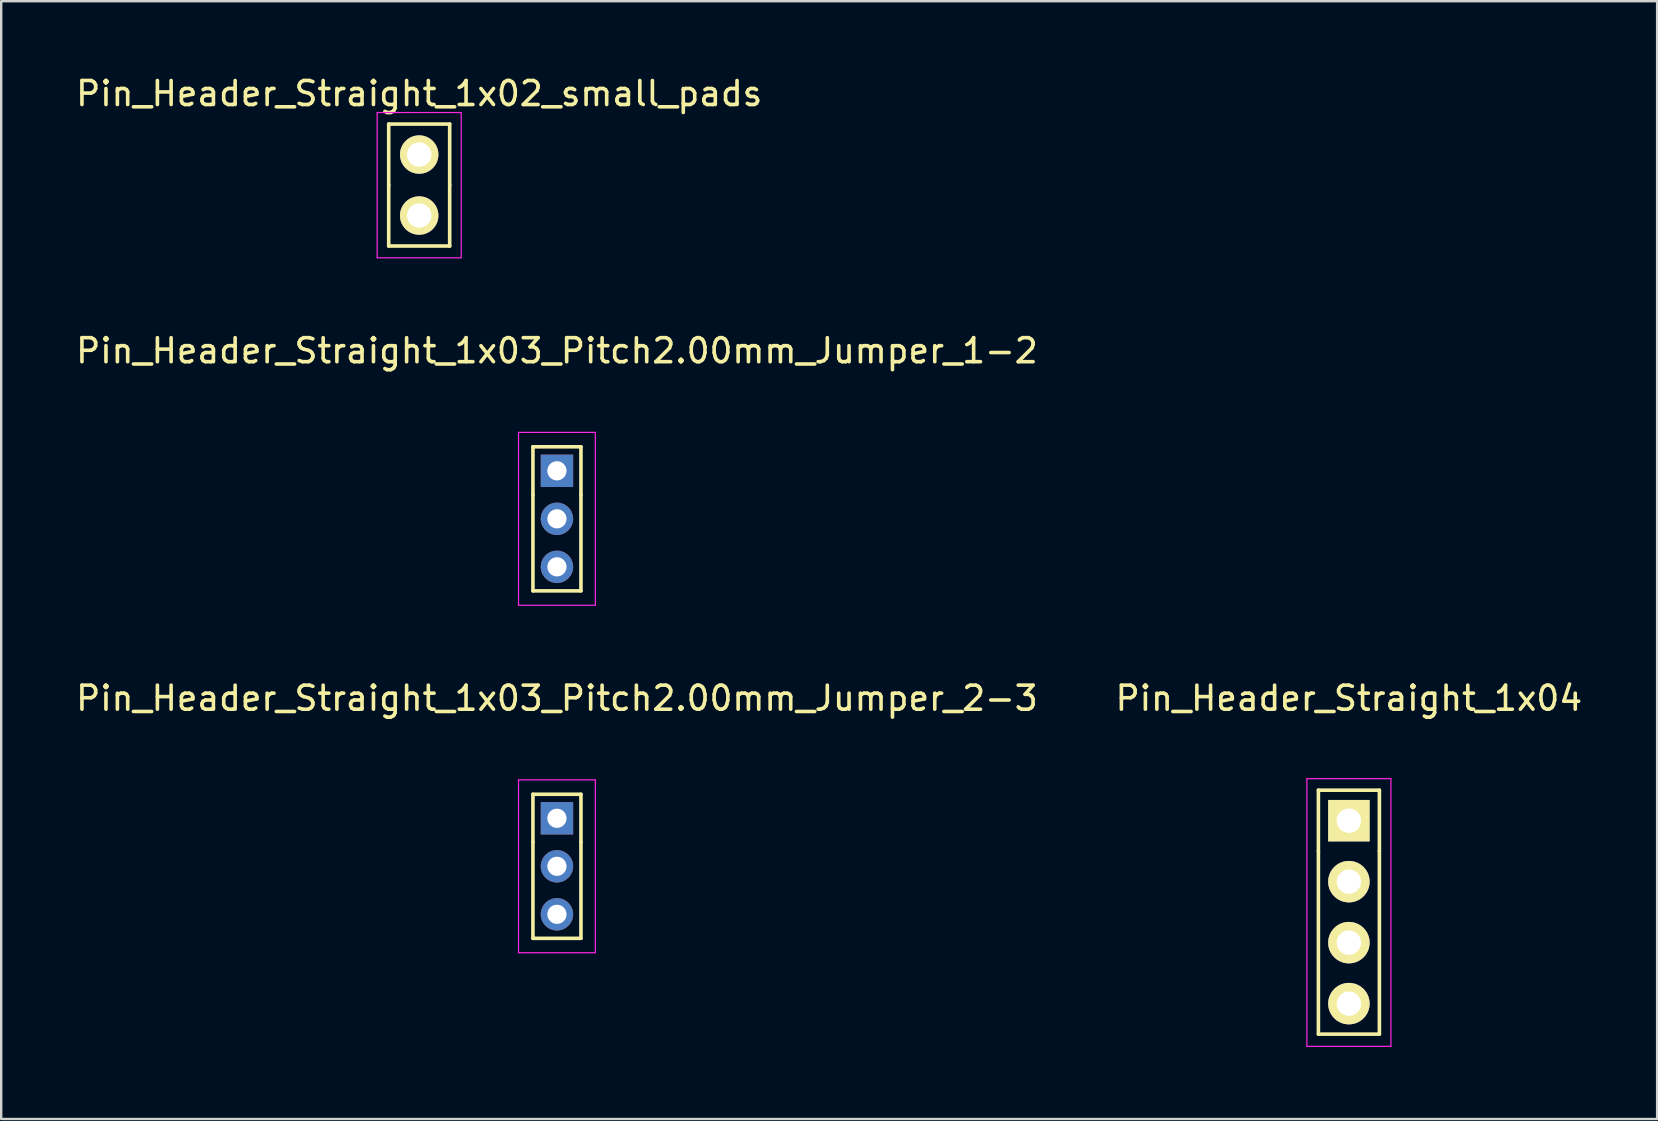
<source format=kicad_pcb>
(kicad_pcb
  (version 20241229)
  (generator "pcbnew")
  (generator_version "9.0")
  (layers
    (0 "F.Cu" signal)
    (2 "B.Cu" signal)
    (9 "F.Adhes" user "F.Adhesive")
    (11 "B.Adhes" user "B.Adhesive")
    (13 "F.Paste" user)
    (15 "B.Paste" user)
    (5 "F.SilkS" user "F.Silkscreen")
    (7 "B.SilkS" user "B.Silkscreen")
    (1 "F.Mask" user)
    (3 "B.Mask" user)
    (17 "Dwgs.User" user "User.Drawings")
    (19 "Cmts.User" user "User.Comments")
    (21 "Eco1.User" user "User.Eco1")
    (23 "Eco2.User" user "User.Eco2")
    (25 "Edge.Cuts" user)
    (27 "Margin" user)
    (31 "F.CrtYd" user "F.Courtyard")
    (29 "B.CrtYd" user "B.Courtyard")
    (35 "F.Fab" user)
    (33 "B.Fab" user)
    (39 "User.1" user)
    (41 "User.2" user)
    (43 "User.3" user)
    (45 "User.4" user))
  (footprint "Pin_Header_Straight_1x03_Pitch2.00mm_Jumper_1-2"
    (layer "F.Cu")
    (at 20.149 16.561)
    (property "Reference" "Pin_Header_Straight_1x03_Pitch2.00mm_Jumper_1-2" (at 0 -5 0) (layer "F.SilkS") (effects (font (size 1 1) (thickness 0.15))))
    (attr through_hole)
    (fp_line (start -1 -1) (end 1 -1) (stroke (width 0.15) (type solid)) (layer "F.SilkS"))
    (fp_line (start -1 1) (end -1 -1) (stroke (width 0.15) (type solid)) (layer "F.SilkS"))
    (fp_line (start -1 5) (end -1 1) (stroke (width 0.15) (type solid)) (layer "F.SilkS"))
    (fp_line (start 1 -1) (end 1 1) (stroke (width 0.15) (type solid)) (layer "F.SilkS"))
    (fp_line (start 1 1) (end 1 5) (stroke (width 0.15) (type solid)) (layer "F.SilkS"))
    (fp_line (start 1 5) (end -1 5) (stroke (width 0.15) (type solid)) (layer "F.SilkS"))
    (fp_line (start -1.6 -1.6) (end 1.6 -1.6) (stroke (width 0.05) (type solid)) (layer "F.CrtYd"))
    (fp_line (start -1.6 5.6) (end -1.6 -1.6) (stroke (width 0.05) (type solid)) (layer "F.CrtYd"))
    (fp_line (start 1.6 -1.6) (end 1.6 5.6) (stroke (width 0.05) (type solid)) (layer "F.CrtYd"))
    (fp_line (start 1.6 5.6) (end -1.6 5.6) (stroke (width 0.05) (type solid)) (layer "F.CrtYd"))
    (pad "1" thru_hole rect (at 0 0) (size 1.35 1.35) (drill 0.8) (layers "*.Cu" "*.Mask"))
    (pad "2" thru_hole circle (at 0 2) (size 1.35 1.35) (drill 0.8) (layers "*.Cu" "*.Mask"))
    (pad "3" thru_hole circle (at 0 4) (size 1.35 1.35) (drill 0.8) (layers "*.Cu" "*.Mask")))
  (footprint "Pin_Header_Straight_1x03_Pitch2.00mm_Jumper_2-3"
    (layer "F.Cu")
    (at 20.149 31.035)
    (property "Reference" "Pin_Header_Straight_1x03_Pitch2.00mm_Jumper_2-3" (at 0 -5 0) (layer "F.SilkS") (effects (font (size 1 1) (thickness 0.15))))
    (attr through_hole)
    (fp_line (start -1 -1) (end 1 -1) (stroke (width 0.15) (type solid)) (layer "F.SilkS"))
    (fp_line (start -1 1) (end -1 -1) (stroke (width 0.15) (type solid)) (layer "F.SilkS"))
    (fp_line (start -1 5) (end -1 1) (stroke (width 0.15) (type solid)) (layer "F.SilkS"))
    (fp_line (start 1 -1) (end 1 1) (stroke (width 0.15) (type solid)) (layer "F.SilkS"))
    (fp_line (start 1 1) (end 1 5) (stroke (width 0.15) (type solid)) (layer "F.SilkS"))
    (fp_line (start 1 5) (end -1 5) (stroke (width 0.15) (type solid)) (layer "F.SilkS"))
    (fp_line (start -1.6 -1.6) (end 1.6 -1.6) (stroke (width 0.05) (type solid)) (layer "F.CrtYd"))
    (fp_line (start -1.6 5.6) (end -1.6 -1.6) (stroke (width 0.05) (type solid)) (layer "F.CrtYd"))
    (fp_line (start 1.6 -1.6) (end 1.6 5.6) (stroke (width 0.05) (type solid)) (layer "F.CrtYd"))
    (fp_line (start 1.6 5.6) (end -1.6 5.6) (stroke (width 0.05) (type solid)) (layer "F.CrtYd"))
    (pad "1" thru_hole rect (at 0 0) (size 1.35 1.35) (drill 0.8) (layers "*.Cu" "*.Mask"))
    (pad "2" thru_hole circle (at 0 2) (size 1.35 1.35) (drill 0.8) (layers "*.Cu" "*.Mask"))
    (pad "3" thru_hole circle (at 0 4) (size 1.35 1.35) (drill 0.8) (layers "*.Cu" "*.Mask")))
  (footprint "Pin_Header_Straight_1x02_small_pads"
    (layer "F.Cu")
    (at 14.411 3.388)
    (property "Reference" "Pin_Header_Straight_1x02_small_pads" (at 0 -2.54 180) (layer "F.SilkS") (effects (font (size 1 1) (thickness 0.15))))
    (attr through_hole)
    (fp_line (start -1.27 -1.27) (end 1.27 -1.27) (stroke (width 0.15) (type solid)) (layer "F.SilkS"))
    (fp_line (start -1.27 1.27) (end -1.27 -1.27) (stroke (width 0.15) (type solid)) (layer "F.SilkS"))
    (fp_line (start -1.27 1.27) (end -1.27 3.81) (stroke (width 0.15) (type solid)) (layer "F.SilkS"))
    (fp_line (start -1.27 3.81) (end 1.27 3.81) (stroke (width 0.15) (type solid)) (layer "F.SilkS"))
    (fp_line (start 1.27 -1.27) (end 1.27 1.27) (stroke (width 0.15) (type solid)) (layer "F.SilkS"))
    (fp_line (start 1.27 1.27) (end 1.27 3.81) (stroke (width 0.15) (type solid)) (layer "F.SilkS"))
    (fp_line (start -1.75 -1.75) (end -1.75 4.3) (stroke (width 0.05) (type solid)) (layer "F.CrtYd"))
    (fp_line (start -1.75 -1.75) (end 1.75 -1.75) (stroke (width 0.05) (type solid)) (layer "F.CrtYd"))
    (fp_line (start -1.75 4.3) (end 1.75 4.3) (stroke (width 0.05) (type solid)) (layer "F.CrtYd"))
    (fp_line (start 1.75 -1.75) (end 1.75 4.3) (stroke (width 0.05) (type solid)) (layer "F.CrtYd"))
    (pad "1" thru_hole circle (at 0 0) (size 1.6 1.6) (drill 1.016) (layers "*.Cu" "*.Mask" "F.SilkS"))
    (pad "2" thru_hole circle (at 0 2.54) (size 1.6 1.6) (drill 1.016) (layers "*.Cu" "*.Mask" "F.SilkS")))
  (footprint "Pin_Header_Straight_1x04"
    (layer "F.Cu")
    (at 53.137 31.135)
    (property "Reference" "Pin_Header_Straight_1x04" (at 0 -5.1 0) (layer "F.SilkS") (effects (font (size 1 1) (thickness 0.15))))
    (attr through_hole)
    (fp_line (start -1.27 -1.27) (end 1.27 -1.27) (stroke (width 0.15) (type solid)) (layer "F.SilkS"))
    (fp_line (start -1.27 1.27) (end -1.27 -1.27) (stroke (width 0.15) (type solid)) (layer "F.SilkS"))
    (fp_line (start -1.27 1.27) (end -1.27 8.89) (stroke (width 0.15) (type solid)) (layer "F.SilkS"))
    (fp_line (start -1.27 8.89) (end 1.27 8.89) (stroke (width 0.15) (type solid)) (layer "F.SilkS"))
    (fp_line (start 1.27 -1.27) (end 1.27 1.27) (stroke (width 0.15) (type solid)) (layer "F.SilkS"))
    (fp_line (start 1.27 1.27) (end 1.27 8.89) (stroke (width 0.15) (type solid)) (layer "F.SilkS"))
    (fp_line (start -1.75 -1.75) (end -1.75 9.4) (stroke (width 0.05) (type solid)) (layer "F.CrtYd"))
    (fp_line (start -1.75 -1.75) (end 1.75 -1.75) (stroke (width 0.05) (type solid)) (layer "F.CrtYd"))
    (fp_line (start -1.75 9.4) (end 1.75 9.4) (stroke (width 0.05) (type solid)) (layer "F.CrtYd"))
    (fp_line (start 1.75 -1.75) (end 1.75 9.4) (stroke (width 0.05) (type solid)) (layer "F.CrtYd"))
    (pad "1" thru_hole rect (at 0 0) (size 1.727 1.727) (drill 1.016) (layers "*.Cu" "*.Mask" "F.SilkS"))
    (pad "2" thru_hole oval (at 0 2.54) (size 1.727 1.727) (drill 1.016) (layers "*.Cu" "*.Mask" "F.SilkS"))
    (pad "3" thru_hole oval (at 0 5.08) (size 1.727 1.727) (drill 1.016) (layers "*.Cu" "*.Mask" "F.SilkS"))
    (pad "4" thru_hole oval (at 0 7.62) (size 1.727 1.727) (drill 1.016) (layers "*.Cu" "*.Mask" "F.SilkS")))
  (gr_rect
    (start -3 -3)
    (end 65.976 43.56)
    (stroke (width 0.1) (type default))
    (fill no)
    (layer "Edge.Cuts")))
</source>
